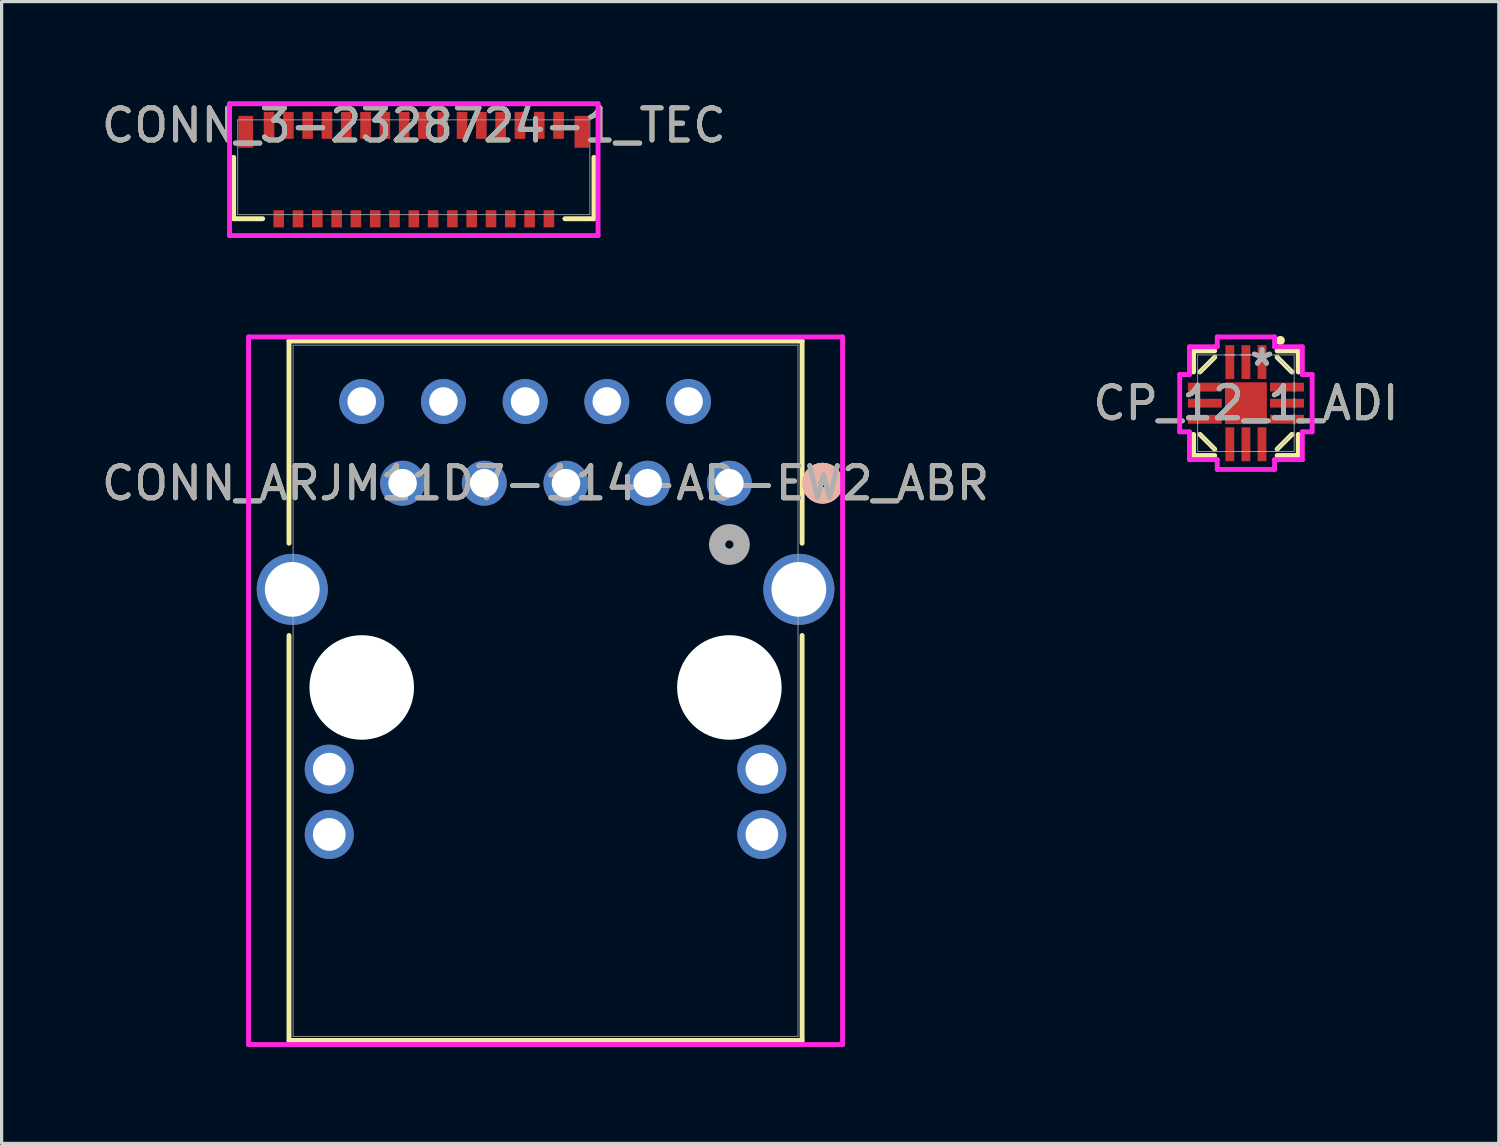
<source format=kicad_pcb>
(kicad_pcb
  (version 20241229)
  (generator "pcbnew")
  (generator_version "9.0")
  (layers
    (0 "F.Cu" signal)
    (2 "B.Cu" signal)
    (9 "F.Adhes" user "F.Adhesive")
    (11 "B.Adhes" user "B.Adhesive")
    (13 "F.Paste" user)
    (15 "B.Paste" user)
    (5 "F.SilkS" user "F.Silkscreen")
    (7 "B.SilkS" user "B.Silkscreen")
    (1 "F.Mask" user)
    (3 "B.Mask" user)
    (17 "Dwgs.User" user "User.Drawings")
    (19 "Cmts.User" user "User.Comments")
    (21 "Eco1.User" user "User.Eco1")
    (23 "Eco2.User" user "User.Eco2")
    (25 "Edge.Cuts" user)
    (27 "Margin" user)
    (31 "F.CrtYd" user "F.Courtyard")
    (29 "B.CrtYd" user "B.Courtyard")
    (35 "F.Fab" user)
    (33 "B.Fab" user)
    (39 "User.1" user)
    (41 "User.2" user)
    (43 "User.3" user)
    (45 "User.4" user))
  (footprint "CONN_ARJM11D7-114-AB-EW2_ABR"
    (layer "F.Cu")
    (at 19.626 11.973)
    (property "Reference" "CONN_ARJM11D7-114-AB-EW2_ABR" (at -5.715 0 0) (unlocked yes) (layer "F.SilkS") (effects (font (size 1 1) (thickness 0.15))))
    (attr through_hole)
    (fp_line (start -13.691 -4.42) (end -13.691 1.866) (stroke (width 0.152) (type solid)) (layer "F.SilkS"))
    (fp_line (start -13.691 4.734) (end -13.691 17.323) (stroke (width 0.152) (type solid)) (layer "F.SilkS"))
    (fp_line (start -13.691 17.323) (end 2.261 17.323) (stroke (width 0.152) (type solid)) (layer "F.SilkS"))
    (fp_line (start 2.261 -4.42) (end -13.691 -4.42) (stroke (width 0.152) (type solid)) (layer "F.SilkS"))
    (fp_line (start 2.261 1.866) (end 2.261 -4.42) (stroke (width 0.152) (type solid)) (layer "F.SilkS"))
    (fp_line (start 2.261 17.323) (end 2.261 4.734) (stroke (width 0.152) (type solid)) (layer "F.SilkS"))
    (fp_circle (center 2.896 0) (end 3.277 0) (stroke (width 0.508) (type solid)) (fill no) (layer "F.SilkS"))
    (fp_circle (center 2.896 0) (end 3.277 0) (stroke (width 0.508) (type solid)) (fill no) (layer "B.SilkS"))
    (fp_line (start -14.949 -4.547) (end -14.949 17.45) (stroke (width 0.152) (type solid)) (layer "F.CrtYd"))
    (fp_line (start -14.949 17.45) (end 3.519 17.45) (stroke (width 0.152) (type solid)) (layer "F.CrtYd"))
    (fp_line (start 3.519 -4.547) (end -14.949 -4.547) (stroke (width 0.152) (type solid)) (layer "F.CrtYd"))
    (fp_line (start 3.519 17.45) (end 3.519 -4.547) (stroke (width 0.152) (type solid)) (layer "F.CrtYd"))
    (fp_line (start -13.564 -4.293) (end -13.564 17.196) (stroke (width 0.025) (type solid)) (layer "F.Fab"))
    (fp_line (start -13.564 17.196) (end 2.134 17.196) (stroke (width 0.025) (type solid)) (layer "F.Fab"))
    (fp_line (start 2.134 -4.293) (end -13.564 -4.293) (stroke (width 0.025) (type solid)) (layer "F.Fab"))
    (fp_line (start 2.134 17.196) (end 2.134 -4.293) (stroke (width 0.025) (type solid)) (layer "F.Fab"))
    (fp_circle (center 0 1.905) (end 0.381 1.905) (stroke (width 0.508) (type solid)) (fill no) (layer "F.Fab"))
    (fp_text user "${REFERENCE}" (at -5.715 0 0) (unlocked yes) (layer "F.Fab") (effects (font (size 1 1) (thickness 0.15))))
    (pad "" np_thru_hole circle (at -11.43 6.35) (size 3.251 3.251) (drill 3.251) (layers "*.Cu" "*.Mask"))
    (pad "" np_thru_hole circle (at 0 6.35) (size 3.251 3.251) (drill 3.251) (layers "*.Cu" "*.Mask"))
    (pad "1" thru_hole circle (at 0 0) (size 1.397 1.397) (drill 0.889) (layers "*.Cu" "*.Mask"))
    (pad "2" thru_hole circle (at -1.27 -2.54) (size 1.397 1.397) (drill 0.889) (layers "*.Cu" "*.Mask"))
    (pad "3" thru_hole circle (at -2.54 0) (size 1.397 1.397) (drill 0.889) (layers "*.Cu" "*.Mask"))
    (pad "4" thru_hole circle (at -3.81 -2.54) (size 1.397 1.397) (drill 0.889) (layers "*.Cu" "*.Mask"))
    (pad "5" thru_hole circle (at -5.08 0) (size 1.397 1.397) (drill 0.889) (layers "*.Cu" "*.Mask"))
    (pad "6" thru_hole circle (at -6.35 -2.54) (size 1.397 1.397) (drill 0.889) (layers "*.Cu" "*.Mask"))
    (pad "7" thru_hole circle (at -7.62 0) (size 1.397 1.397) (drill 0.889) (layers "*.Cu" "*.Mask"))
    (pad "8" thru_hole circle (at -8.89 -2.54) (size 1.397 1.397) (drill 0.889) (layers "*.Cu" "*.Mask"))
    (pad "9" thru_hole circle (at -10.16 0) (size 1.397 1.397) (drill 0.889) (layers "*.Cu" "*.Mask"))
    (pad "10" thru_hole circle (at -11.43 -2.54) (size 1.397 1.397) (drill 0.889) (layers "*.Cu" "*.Mask"))
    (pad "11" thru_hole circle (at 1.01 8.89) (size 1.524 1.524) (drill 1.016) (layers "*.Cu" "*.Mask"))
    (pad "12" thru_hole circle (at 1.01 10.92) (size 1.524 1.524) (drill 1.016) (layers "*.Cu" "*.Mask"))
    (pad "13" thru_hole circle (at -12.44 8.89) (size 1.524 1.524) (drill 1.016) (layers "*.Cu" "*.Mask"))
    (pad "14" thru_hole circle (at -12.44 10.92) (size 1.524 1.524) (drill 1.016) (layers "*.Cu" "*.Mask"))
    (pad "15" thru_hole circle (at -13.59 3.3) (size 2.21 2.21) (drill 1.702) (layers "*.Cu" "*.Mask"))
    (pad "16" thru_hole circle (at 2.16 3.3) (size 2.21 2.21) (drill 1.702) (layers "*.Cu" "*.Mask")))
  (footprint "CP_12_1_ADI"
    (layer "F.Cu")
    (at 35.685 9.485)
    (property "Reference" "CP_12_1_ADI" (at 0 0 0) (unlocked yes) (layer "F.SilkS") (effects (font (size 1 1) (thickness 0.15))))
    (attr smd)
    (fp_line (start -1.627 -1.627) (end -1.627 -0.97) (stroke (width 0.152) (type solid)) (layer "F.SilkS"))
    (fp_line (start -1.627 0.97) (end -1.627 1.627) (stroke (width 0.152) (type solid)) (layer "F.SilkS"))
    (fp_line (start -1.627 1.627) (end -0.97 1.627) (stroke (width 0.152) (type solid)) (layer "F.SilkS"))
    (fp_line (start -1.43 -0.97) (end -0.97 -1.43) (stroke (width 0.152) (type solid)) (layer "F.SilkS"))
    (fp_line (start -0.97 -1.627) (end -1.627 -1.627) (stroke (width 0.152) (type solid)) (layer "F.SilkS"))
    (fp_line (start -0.97 1.43) (end -1.43 0.97) (stroke (width 0.152) (type solid)) (layer "F.SilkS"))
    (fp_line (start 0.97 -1.43) (end 1.43 -0.97) (stroke (width 0.152) (type solid)) (layer "F.SilkS"))
    (fp_line (start 0.97 1.43) (end 1.43 0.97) (stroke (width 0.152) (type solid)) (layer "F.SilkS"))
    (fp_line (start 0.97 1.627) (end 1.627 1.627) (stroke (width 0.152) (type solid)) (layer "F.SilkS"))
    (fp_line (start 1.627 -1.627) (end 0.97 -1.627) (stroke (width 0.152) (type solid)) (layer "F.SilkS"))
    (fp_line (start 1.627 -0.97) (end 1.627 -1.627) (stroke (width 0.152) (type solid)) (layer "F.SilkS"))
    (fp_line (start 1.627 1.627) (end 1.627 0.97) (stroke (width 0.152) (type solid)) (layer "F.SilkS"))
    (fp_circle (center 1.07 -1.95) (end 1.15 -1.95) (stroke (width 0.12) (type solid)) (fill yes) (layer "F.SilkS"))
    (fp_line (start -2.059 -0.891) (end -1.754 -0.891) (stroke (width 0.152) (type solid)) (layer "F.CrtYd"))
    (fp_line (start -2.059 0.891) (end -2.059 -0.891) (stroke (width 0.152) (type solid)) (layer "F.CrtYd"))
    (fp_line (start -1.754 -1.754) (end -0.891 -1.754) (stroke (width 0.152) (type solid)) (layer "F.CrtYd"))
    (fp_line (start -1.754 -0.891) (end -1.754 -1.754) (stroke (width 0.152) (type solid)) (layer "F.CrtYd"))
    (fp_line (start -1.754 0.891) (end -2.059 0.891) (stroke (width 0.152) (type solid)) (layer "F.CrtYd"))
    (fp_line (start -1.754 1.754) (end -1.754 0.891) (stroke (width 0.152) (type solid)) (layer "F.CrtYd"))
    (fp_line (start -0.891 -2.059) (end 0.891 -2.059) (stroke (width 0.152) (type solid)) (layer "F.CrtYd"))
    (fp_line (start -0.891 -1.754) (end -0.891 -2.059) (stroke (width 0.152) (type solid)) (layer "F.CrtYd"))
    (fp_line (start -0.891 1.754) (end -1.754 1.754) (stroke (width 0.152) (type solid)) (layer "F.CrtYd"))
    (fp_line (start -0.891 2.059) (end -0.891 1.754) (stroke (width 0.152) (type solid)) (layer "F.CrtYd"))
    (fp_line (start 0.891 -2.059) (end 0.891 -1.754) (stroke (width 0.152) (type solid)) (layer "F.CrtYd"))
    (fp_line (start 0.891 -1.754) (end 1.754 -1.754) (stroke (width 0.152) (type solid)) (layer "F.CrtYd"))
    (fp_line (start 0.891 1.754) (end 0.891 2.059) (stroke (width 0.152) (type solid)) (layer "F.CrtYd"))
    (fp_line (start 0.891 2.059) (end -0.891 2.059) (stroke (width 0.152) (type solid)) (layer "F.CrtYd"))
    (fp_line (start 1.754 -1.754) (end 1.754 -0.891) (stroke (width 0.152) (type solid)) (layer "F.CrtYd"))
    (fp_line (start 1.754 -0.891) (end 2.059 -0.891) (stroke (width 0.152) (type solid)) (layer "F.CrtYd"))
    (fp_line (start 1.754 0.891) (end 1.754 1.754) (stroke (width 0.152) (type solid)) (layer "F.CrtYd"))
    (fp_line (start 1.754 1.754) (end 0.891 1.754) (stroke (width 0.152) (type solid)) (layer "F.CrtYd"))
    (fp_line (start 2.059 -0.891) (end 2.059 0.891) (stroke (width 0.152) (type solid)) (layer "F.CrtYd"))
    (fp_line (start 2.059 0.891) (end 1.754 0.891) (stroke (width 0.152) (type solid)) (layer "F.CrtYd"))
    (fp_line (start -1.5 -1.5) (end -1.5 1.5) (stroke (width 0.025) (type solid)) (layer "F.Fab"))
    (fp_line (start -1.5 -0.9) (end -0.9 -1.5) (stroke (width 0.025) (type solid)) (layer "F.Fab"))
    (fp_line (start -1.5 -0.65) (end -1.5 -0.65) (stroke (width 0.025) (type solid)) (layer "F.Fab"))
    (fp_line (start -1.5 -0.65) (end -1.5 -0.35) (stroke (width 0.025) (type solid)) (layer "F.Fab"))
    (fp_line (start -1.5 -0.35) (end -1.5 -0.65) (stroke (width 0.025) (type solid)) (layer "F.Fab"))
    (fp_line (start -1.5 -0.35) (end -1.5 -0.35) (stroke (width 0.025) (type solid)) (layer "F.Fab"))
    (fp_line (start -1.5 -0.15) (end -1.5 -0.15) (stroke (width 0.025) (type solid)) (layer "F.Fab"))
    (fp_line (start -1.5 -0.15) (end -1.5 0.15) (stroke (width 0.025) (type solid)) (layer "F.Fab"))
    (fp_line (start -1.5 0.15) (end -1.5 -0.15) (stroke (width 0.025) (type solid)) (layer "F.Fab"))
    (fp_line (start -1.5 0.15) (end -1.5 0.15) (stroke (width 0.025) (type solid)) (layer "F.Fab"))
    (fp_line (start -1.5 0.35) (end -1.5 0.35) (stroke (width 0.025) (type solid)) (layer "F.Fab"))
    (fp_line (start -1.5 0.35) (end -1.5 0.65) (stroke (width 0.025) (type solid)) (layer "F.Fab"))
    (fp_line (start -1.5 0.65) (end -1.5 0.35) (stroke (width 0.025) (type solid)) (layer "F.Fab"))
    (fp_line (start -1.5 0.65) (end -1.5 0.65) (stroke (width 0.025) (type solid)) (layer "F.Fab"))
    (fp_line (start -1.5 1.5) (end 1.5 1.5) (stroke (width 0.025) (type solid)) (layer "F.Fab"))
    (fp_line (start -0.9 1.5) (end -1.5 0.9) (stroke (width 0.025) (type solid)) (layer "F.Fab"))
    (fp_line (start -0.65 -1.5) (end -0.65 -1.5) (stroke (width 0.025) (type solid)) (layer "F.Fab"))
    (fp_line (start -0.65 -1.5) (end -0.35 -1.5) (stroke (width 0.025) (type solid)) (layer "F.Fab"))
    (fp_line (start -0.65 1.5) (end -0.65 1.5) (stroke (width 0.025) (type solid)) (layer "F.Fab"))
    (fp_line (start -0.65 1.5) (end -0.35 1.5) (stroke (width 0.025) (type solid)) (layer "F.Fab"))
    (fp_line (start -0.35 -1.5) (end -0.65 -1.5) (stroke (width 0.025) (type solid)) (layer "F.Fab"))
    (fp_line (start -0.35 -1.5) (end -0.35 -1.5) (stroke (width 0.025) (type solid)) (layer "F.Fab"))
    (fp_line (start -0.35 1.5) (end -0.65 1.5) (stroke (width 0.025) (type solid)) (layer "F.Fab"))
    (fp_line (start -0.35 1.5) (end -0.35 1.5) (stroke (width 0.025) (type solid)) (layer "F.Fab"))
    (fp_line (start -0.15 -1.5) (end -0.15 -1.5) (stroke (width 0.025) (type solid)) (layer "F.Fab"))
    (fp_line (start -0.15 -1.5) (end 0.15 -1.5) (stroke (width 0.025) (type solid)) (layer "F.Fab"))
    (fp_line (start -0.15 1.5) (end -0.15 1.5) (stroke (width 0.025) (type solid)) (layer "F.Fab"))
    (fp_line (start -0.15 1.5) (end 0.15 1.5) (stroke (width 0.025) (type solid)) (layer "F.Fab"))
    (fp_line (start 0.15 -1.5) (end -0.15 -1.5) (stroke (width 0.025) (type solid)) (layer "F.Fab"))
    (fp_line (start 0.15 -1.5) (end 0.15 -1.5) (stroke (width 0.025) (type solid)) (layer "F.Fab"))
    (fp_line (start 0.15 1.5) (end -0.15 1.5) (stroke (width 0.025) (type solid)) (layer "F.Fab"))
    (fp_line (start 0.15 1.5) (end 0.15 1.5) (stroke (width 0.025) (type solid)) (layer "F.Fab"))
    (fp_line (start 0.35 -1.5) (end 0.35 -1.5) (stroke (width 0.025) (type solid)) (layer "F.Fab"))
    (fp_line (start 0.35 -1.5) (end 0.65 -1.5) (stroke (width 0.025) (type solid)) (layer "F.Fab"))
    (fp_line (start 0.35 1.5) (end 0.35 1.5) (stroke (width 0.025) (type solid)) (layer "F.Fab"))
    (fp_line (start 0.35 1.5) (end 0.65 1.5) (stroke (width 0.025) (type solid)) (layer "F.Fab"))
    (fp_line (start 0.65 -1.5) (end 0.35 -1.5) (stroke (width 0.025) (type solid)) (layer "F.Fab"))
    (fp_line (start 0.65 -1.5) (end 0.65 -1.5) (stroke (width 0.025) (type solid)) (layer "F.Fab"))
    (fp_line (start 0.65 1.5) (end 0.35 1.5) (stroke (width 0.025) (type solid)) (layer "F.Fab"))
    (fp_line (start 0.65 1.5) (end 0.65 1.5) (stroke (width 0.025) (type solid)) (layer "F.Fab"))
    (fp_line (start 0.9 -1.5) (end 1.5 -0.9) (stroke (width 0.025) (type solid)) (layer "F.Fab"))
    (fp_line (start 0.9 1.5) (end 1.5 0.9) (stroke (width 0.025) (type solid)) (layer "F.Fab"))
    (fp_line (start 1.5 -1.5) (end -1.5 -1.5) (stroke (width 0.025) (type solid)) (layer "F.Fab"))
    (fp_line (start 1.5 -0.65) (end 1.5 -0.65) (stroke (width 0.025) (type solid)) (layer "F.Fab"))
    (fp_line (start 1.5 -0.65) (end 1.5 -0.35) (stroke (width 0.025) (type solid)) (layer "F.Fab"))
    (fp_line (start 1.5 -0.35) (end 1.5 -0.65) (stroke (width 0.025) (type solid)) (layer "F.Fab"))
    (fp_line (start 1.5 -0.35) (end 1.5 -0.35) (stroke (width 0.025) (type solid)) (layer "F.Fab"))
    (fp_line (start 1.5 -0.15) (end 1.5 -0.15) (stroke (width 0.025) (type solid)) (layer "F.Fab"))
    (fp_line (start 1.5 -0.15) (end 1.5 0.15) (stroke (width 0.025) (type solid)) (layer "F.Fab"))
    (fp_line (start 1.5 0.15) (end 1.5 -0.15) (stroke (width 0.025) (type solid)) (layer "F.Fab"))
    (fp_line (start 1.5 0.15) (end 1.5 0.15) (stroke (width 0.025) (type solid)) (layer "F.Fab"))
    (fp_line (start 1.5 0.35) (end 1.5 0.35) (stroke (width 0.025) (type solid)) (layer "F.Fab"))
    (fp_line (start 1.5 0.35) (end 1.5 0.65) (stroke (width 0.025) (type solid)) (layer "F.Fab"))
    (fp_line (start 1.5 0.65) (end 1.5 0.35) (stroke (width 0.025) (type solid)) (layer "F.Fab"))
    (fp_line (start 1.5 0.65) (end 1.5 0.65) (stroke (width 0.025) (type solid)) (layer "F.Fab"))
    (fp_line (start 1.5 1.5) (end 1.5 -1.5) (stroke (width 0.025) (type solid)) (layer "F.Fab"))
    (fp_text user "${REFERENCE}" (at 0 0 0) (unlocked yes) (layer "F.Fab") (effects (font (size 1 1) (thickness 0.15))))
    (fp_text user "*" (at 0.5 -1.125 0) (unlocked yes) (layer "F.Fab") (effects (font (size 1 1) (thickness 0.15))))
    (fp_text user "*" (at 0.5 -1.125 0) (layer "F.Fab") (effects (font (size 1 1) (thickness 0.15))))
    (pad "1" smd rect (at 0.5 -1.277) (size 0.275 1.055) (layers "F.Cu" "F.Mask" "F.Paste"))
    (pad "2" smd rect (at 0 -1.277) (size 0.275 1.055) (layers "F.Cu" "F.Mask" "F.Paste"))
    (pad "3" smd rect (at -0.5 -1.277) (size 0.275 1.055) (layers "F.Cu" "F.Mask" "F.Paste"))
    (pad "4" smd rect (at -1.277 -0.5 90) (size 0.275 1.055) (layers "F.Cu" "F.Mask" "F.Paste"))
    (pad "5" smd rect (at -1.277 0 90) (size 0.275 1.055) (layers "F.Cu" "F.Mask" "F.Paste"))
    (pad "6" smd rect (at -1.277 0.5 90) (size 0.275 1.055) (layers "F.Cu" "F.Mask" "F.Paste"))
    (pad "7" smd rect (at -0.5 1.277) (size 0.275 1.055) (layers "F.Cu" "F.Mask" "F.Paste"))
    (pad "8" smd rect (at 0 1.277) (size 0.275 1.055) (layers "F.Cu" "F.Mask" "F.Paste"))
    (pad "9" smd rect (at 0.5 1.277) (size 0.275 1.055) (layers "F.Cu" "F.Mask" "F.Paste"))
    (pad "10" smd rect (at 1.277 0.5 90) (size 0.275 1.055) (layers "F.Cu" "F.Mask" "F.Paste"))
    (pad "11" smd rect (at 1.277 0 90) (size 0.275 1.055) (layers "F.Cu" "F.Mask" "F.Paste"))
    (pad "12" smd rect (at 1.277 -0.5 90) (size 0.275 1.055) (layers "F.Cu" "F.Mask" "F.Paste"))
    (pad "HTAB" smd rect (at 0 0) (size 1.3 1.3) (layers "F.Cu" "F.Mask" "F.Paste")))
  (footprint "CONN_3-2328724-1_TEC"
    (layer "F.Cu")
    (at 9.815 2.15)
    (property "Reference" "CONN_3-2328724-1_TEC" (at 0 -1.302 0) (unlocked yes) (layer "F.SilkS") (effects (font (size 1 1) (thickness 0.15))))
    (attr smd)
    (fp_line (start -5.601 -0.308) (end -5.601 1.6) (stroke (width 0.152) (type solid)) (layer "F.SilkS"))
    (fp_line (start -5.601 1.6) (end -4.698 1.6) (stroke (width 0.152) (type solid)) (layer "F.SilkS"))
    (fp_line (start 4.698 1.6) (end 5.601 1.6) (stroke (width 0.152) (type solid)) (layer "F.SilkS"))
    (fp_line (start 5.601 1.6) (end 5.601 -0.308) (stroke (width 0.152) (type solid)) (layer "F.SilkS"))
    (fp_line (start -5.728 -1.975) (end -5.728 2.124) (stroke (width 0.152) (type solid)) (layer "F.CrtYd"))
    (fp_line (start -5.728 2.124) (end 5.728 2.124) (stroke (width 0.152) (type solid)) (layer "F.CrtYd"))
    (fp_line (start 5.728 -1.975) (end -5.728 -1.975) (stroke (width 0.152) (type solid)) (layer "F.CrtYd"))
    (fp_line (start 5.728 2.124) (end 5.728 -1.975) (stroke (width 0.152) (type solid)) (layer "F.CrtYd"))
    (fp_line (start -5.474 -1.473) (end -5.474 1.473) (stroke (width 0.025) (type solid)) (layer "F.Fab"))
    (fp_line (start -5.474 1.473) (end 5.474 1.473) (stroke (width 0.025) (type solid)) (layer "F.Fab"))
    (fp_line (start 5.474 -1.473) (end -5.474 -1.473) (stroke (width 0.025) (type solid)) (layer "F.Fab"))
    (fp_line (start 5.474 1.473) (end 5.474 -1.473) (stroke (width 0.025) (type solid)) (layer "F.Fab"))
    (fp_text user "${REFERENCE}" (at 0 -1.302 0) (unlocked yes) (layer "F.Fab") (effects (font (size 1 1) (thickness 0.15))))
    (pad "1" smd rect (at 4.5 -1.302) (size 0.33 0.838) (layers "F.Cu" "F.Mask" "F.Paste"))
    (pad "2" smd rect (at 4.2 1.603) (size 0.33 0.533) (layers "F.Cu" "F.Mask" "F.Paste"))
    (pad "3" smd rect (at 3.9 -1.302) (size 0.33 0.838) (layers "F.Cu" "F.Mask" "F.Paste"))
    (pad "4" smd rect (at 3.6 1.603) (size 0.33 0.533) (layers "F.Cu" "F.Mask" "F.Paste"))
    (pad "5" smd rect (at 3.3 -1.302) (size 0.33 0.838) (layers "F.Cu" "F.Mask" "F.Paste"))
    (pad "6" smd rect (at 3 1.603) (size 0.33 0.533) (layers "F.Cu" "F.Mask" "F.Paste"))
    (pad "7" smd rect (at 2.7 -1.302) (size 0.33 0.838) (layers "F.Cu" "F.Mask" "F.Paste"))
    (pad "8" smd rect (at 2.4 1.603) (size 0.33 0.533) (layers "F.Cu" "F.Mask" "F.Paste"))
    (pad "9" smd rect (at 2.1 -1.302) (size 0.33 0.838) (layers "F.Cu" "F.Mask" "F.Paste"))
    (pad "10" smd rect (at 1.8 1.603) (size 0.33 0.533) (layers "F.Cu" "F.Mask" "F.Paste"))
    (pad "11" smd rect (at 1.5 -1.302) (size 0.33 0.838) (layers "F.Cu" "F.Mask" "F.Paste"))
    (pad "12" smd rect (at 1.2 1.603) (size 0.33 0.533) (layers "F.Cu" "F.Mask" "F.Paste"))
    (pad "13" smd rect (at 0.9 -1.302) (size 0.33 0.838) (layers "F.Cu" "F.Mask" "F.Paste"))
    (pad "14" smd rect (at 0.6 1.603) (size 0.33 0.533) (layers "F.Cu" "F.Mask" "F.Paste"))
    (pad "15" smd rect (at 0.3 -1.302) (size 0.33 0.838) (layers "F.Cu" "F.Mask" "F.Paste"))
    (pad "16" smd rect (at 0 1.603) (size 0.33 0.533) (layers "F.Cu" "F.Mask" "F.Paste"))
    (pad "17" smd rect (at -0.3 -1.302) (size 0.33 0.838) (layers "F.Cu" "F.Mask" "F.Paste"))
    (pad "18" smd rect (at -0.6 1.603) (size 0.33 0.533) (layers "F.Cu" "F.Mask" "F.Paste"))
    (pad "19" smd rect (at -0.9 -1.302) (size 0.33 0.838) (layers "F.Cu" "F.Mask" "F.Paste"))
    (pad "20" smd rect (at -1.2 1.603) (size 0.33 0.533) (layers "F.Cu" "F.Mask" "F.Paste"))
    (pad "21" smd rect (at -1.5 -1.302) (size 0.33 0.838) (layers "F.Cu" "F.Mask" "F.Paste"))
    (pad "22" smd rect (at -1.8 1.603) (size 0.33 0.533) (layers "F.Cu" "F.Mask" "F.Paste"))
    (pad "23" smd rect (at -2.1 -1.302) (size 0.33 0.838) (layers "F.Cu" "F.Mask" "F.Paste"))
    (pad "24" smd rect (at -2.4 1.603) (size 0.33 0.533) (layers "F.Cu" "F.Mask" "F.Paste"))
    (pad "25" smd rect (at -2.7 -1.302) (size 0.33 0.838) (layers "F.Cu" "F.Mask" "F.Paste"))
    (pad "26" smd rect (at -3 1.603) (size 0.33 0.533) (layers "F.Cu" "F.Mask" "F.Paste"))
    (pad "27" smd rect (at -3.3 -1.302) (size 0.33 0.838) (layers "F.Cu" "F.Mask" "F.Paste"))
    (pad "28" smd rect (at -3.6 1.603) (size 0.33 0.533) (layers "F.Cu" "F.Mask" "F.Paste"))
    (pad "29" smd rect (at -3.9 -1.302) (size 0.33 0.838) (layers "F.Cu" "F.Mask" "F.Paste"))
    (pad "30" smd rect (at -4.2 1.603) (size 0.33 0.533) (layers "F.Cu" "F.Mask" "F.Paste"))
    (pad "31" smd rect (at -4.5 -1.302) (size 0.33 0.838) (layers "F.Cu" "F.Mask" "F.Paste"))
    (pad "32" smd rect (at -5.225 -1.102) (size 0.457 0.991) (layers "F.Cu" "F.Mask" "F.Paste"))
    (pad "33" smd rect (at 5.225 -1.102) (size 0.457 0.991) (layers "F.Cu" "F.Mask" "F.Paste")))
  (gr_rect
    (start -3 -3)
    (end 43.548 32.499)
    (stroke (width 0.1) (type default))
    (fill no)
    (layer "Edge.Cuts")))
</source>
